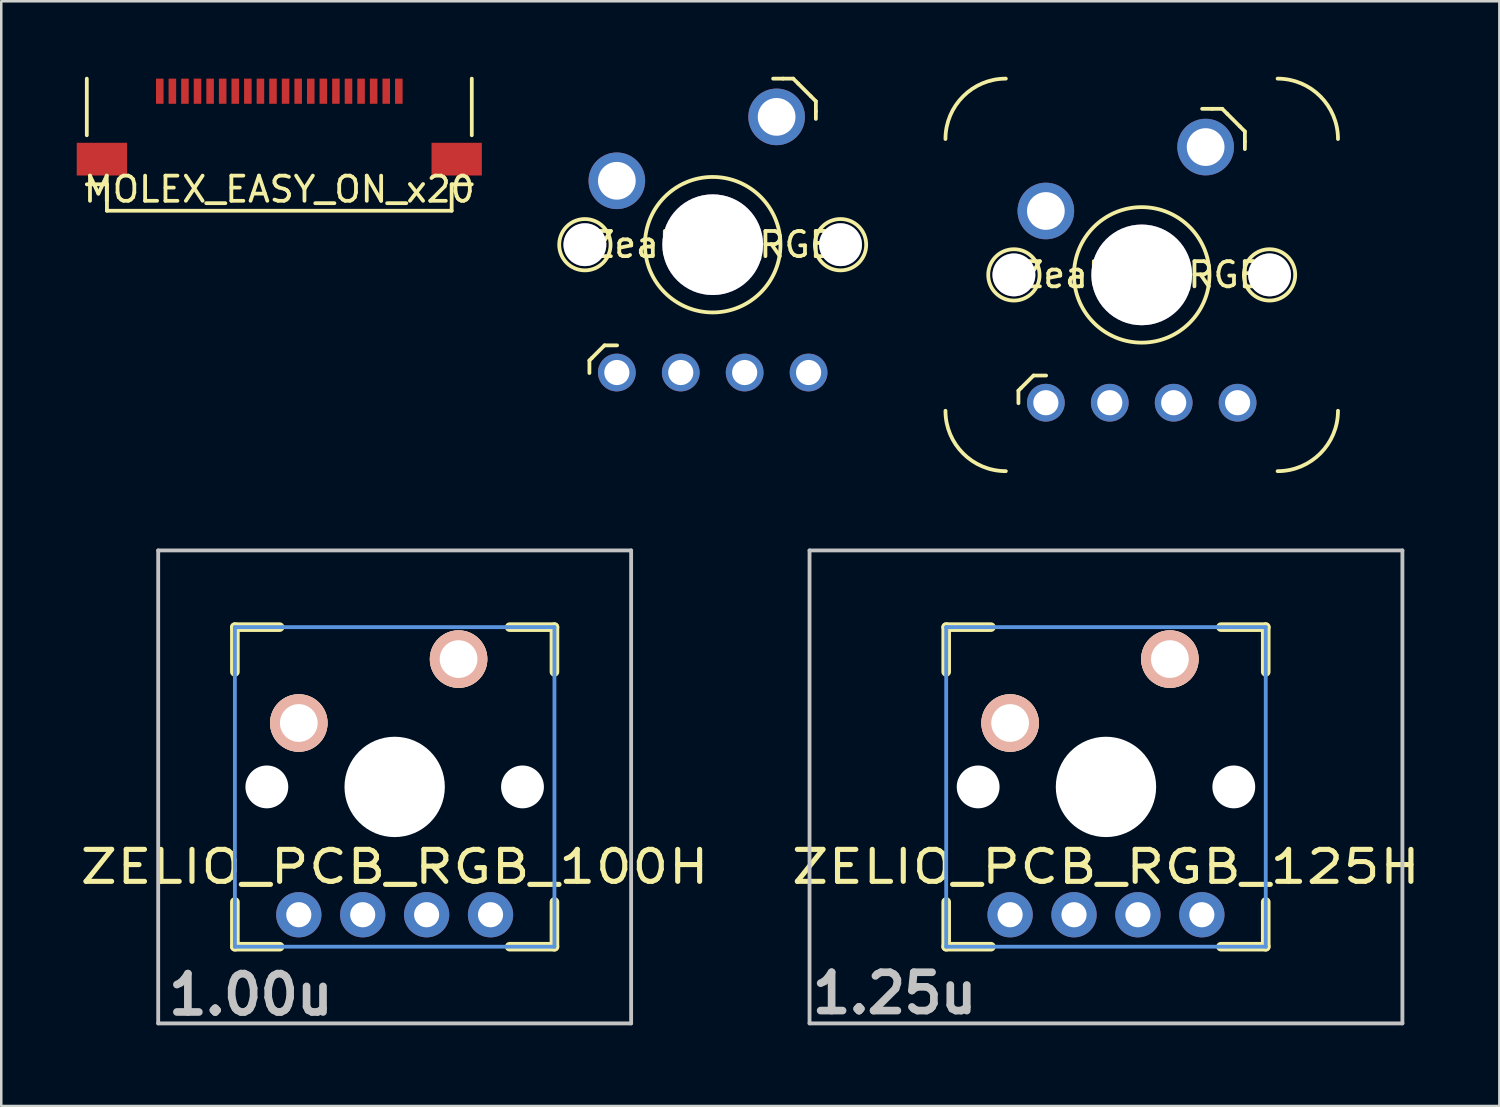
<source format=kicad_pcb>
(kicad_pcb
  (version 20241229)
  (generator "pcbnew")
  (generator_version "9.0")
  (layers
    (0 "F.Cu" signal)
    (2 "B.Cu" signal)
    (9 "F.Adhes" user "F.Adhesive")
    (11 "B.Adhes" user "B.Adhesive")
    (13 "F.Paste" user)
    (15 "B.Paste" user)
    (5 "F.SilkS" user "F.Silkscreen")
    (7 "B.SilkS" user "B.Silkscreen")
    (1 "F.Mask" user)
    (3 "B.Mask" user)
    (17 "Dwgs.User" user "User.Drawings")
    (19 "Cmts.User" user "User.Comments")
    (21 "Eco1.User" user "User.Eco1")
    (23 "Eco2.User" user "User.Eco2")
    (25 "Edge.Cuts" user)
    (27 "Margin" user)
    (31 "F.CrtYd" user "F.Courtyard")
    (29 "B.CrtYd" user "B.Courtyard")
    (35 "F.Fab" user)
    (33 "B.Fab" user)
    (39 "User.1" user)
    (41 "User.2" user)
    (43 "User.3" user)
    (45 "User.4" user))
  (footprint "MOLEX_EASY_ON_x20"
    (layer "F.Cu")
    (at 8.05 0.575)
    (property "Reference" "MOLEX_EASY_ON_x20" (at 0 3.9 0) (layer "F.SilkS") (effects (font (size 1 1) (thickness 0.15))))
    (attr through_hole)
    (fp_line (start -7.65 -0.5) (end -7.65 1.75) (stroke (width 0.15) (type solid)) (layer "F.SilkS"))
    (fp_line (start -7.65 3.7) (end -6.85 3.7) (stroke (width 0.15) (type solid)) (layer "F.SilkS"))
    (fp_line (start -6.85 3.7) (end -6.85 4.75) (stroke (width 0.15) (type solid)) (layer "F.SilkS"))
    (fp_line (start -6.85 4.75) (end 6.85 4.75) (stroke (width 0.15) (type solid)) (layer "F.SilkS"))
    (fp_line (start 6.85 3.7) (end 6.85 4.75) (stroke (width 0.15) (type solid)) (layer "F.SilkS"))
    (fp_line (start 6.85 3.7) (end 7.65 3.7) (stroke (width 0.15) (type solid)) (layer "F.SilkS"))
    (fp_line (start 7.65 -0.5) (end 7.65 1.75) (stroke (width 0.15) (type solid)) (layer "F.SilkS"))
    (pad "1" smd rect (at -4.75 0) (size 0.3 1) (layers "F.Cu" "F.Mask" "F.Paste"))
    (pad "2" smd rect (at -4.25 0) (size 0.3 1) (layers "F.Cu" "F.Mask" "F.Paste"))
    (pad "3" smd rect (at -3.75 0) (size 0.3 1) (layers "F.Cu" "F.Mask" "F.Paste"))
    (pad "4" smd rect (at -3.25 0) (size 0.3 1) (layers "F.Cu" "F.Mask" "F.Paste"))
    (pad "5" smd rect (at -2.75 0) (size 0.3 1) (layers "F.Cu" "F.Mask" "F.Paste"))
    (pad "6" smd rect (at -2.25 0) (size 0.3 1) (layers "F.Cu" "F.Mask" "F.Paste"))
    (pad "7" smd rect (at -1.75 0) (size 0.3 1) (layers "F.Cu" "F.Mask" "F.Paste"))
    (pad "8" smd rect (at -1.25 0) (size 0.3 1) (layers "F.Cu" "F.Mask" "F.Paste"))
    (pad "9" smd rect (at -0.75 0) (size 0.3 1) (layers "F.Cu" "F.Mask" "F.Paste"))
    (pad "10" smd rect (at -0.25 0) (size 0.3 1) (layers "F.Cu" "F.Mask" "F.Paste"))
    (pad "11" smd rect (at 0.25 0) (size 0.3 1) (layers "F.Cu" "F.Mask" "F.Paste"))
    (pad "12" smd rect (at 0.75 0) (size 0.3 1) (layers "F.Cu" "F.Mask" "F.Paste"))
    (pad "13" smd rect (at 1.25 0) (size 0.3 1) (layers "F.Cu" "F.Mask" "F.Paste"))
    (pad "14" smd rect (at 1.75 0) (size 0.3 1) (layers "F.Cu" "F.Mask" "F.Paste"))
    (pad "15" smd rect (at 2.25 0) (size 0.3 1) (layers "F.Cu" "F.Mask" "F.Paste"))
    (pad "16" smd rect (at 2.75 0) (size 0.3 1) (layers "F.Cu" "F.Mask" "F.Paste"))
    (pad "17" smd rect (at 3.25 0) (size 0.3 1) (layers "F.Cu" "F.Mask" "F.Paste"))
    (pad "18" smd rect (at 3.75 0) (size 0.3 1) (layers "F.Cu" "F.Mask" "F.Paste"))
    (pad "19" smd rect (at 4.25 0) (size 0.3 1) (layers "F.Cu" "F.Mask" "F.Paste"))
    (pad "20" smd rect (at 4.75 0) (size 0.3 1) (layers "F.Cu" "F.Mask" "F.Paste"))
    (pad "21" smd rect (at -7.05 2.7) (size 2 1.3) (layers "F.Cu" "F.Mask" "F.Paste"))
    (pad "21" smd rect (at 7.05 2.7) (size 2 1.3) (layers "F.Cu" "F.Mask" "F.Paste")))
  (footprint "Zeal_4P_RGB"
    (layer "F.Cu")
    (at 25.275 6.675)
    (property "Reference" "Zeal_4P_RGB" (at 0 0 0) (layer "F.SilkS") (effects (font (size 1 1) (thickness 0.15))))
    (attr through_hole)
    (fp_line (start -4.9 4.6) (end -4.9 5.1) (stroke (width 0.15) (type solid)) (layer "F.SilkS"))
    (fp_line (start -4.8 4.5) (end -4.9 4.6) (stroke (width 0.15) (type solid)) (layer "F.SilkS"))
    (fp_line (start -4.3 4) (end -4.8 4.5) (stroke (width 0.15) (type solid)) (layer "F.SilkS"))
    (fp_line (start -3.8 4) (end -4.3 4) (stroke (width 0.15) (type solid)) (layer "F.SilkS"))
    (fp_line (start 2.8 -6.6) (end 2.4 -6.6) (stroke (width 0.15) (type solid)) (layer "F.SilkS"))
    (fp_line (start 3.2 -6.6) (end 2.8 -6.6) (stroke (width 0.15) (type solid)) (layer "F.SilkS"))
    (fp_line (start 3.2 -6.6) (end 3.4 -6.4) (stroke (width 0.15) (type solid)) (layer "F.SilkS"))
    (fp_line (start 3.4 -6.4) (end 3.9 -5.9) (stroke (width 0.15) (type solid)) (layer "F.SilkS"))
    (fp_line (start 3.9 -5.9) (end 4.1 -5.7) (stroke (width 0.15) (type solid)) (layer "F.SilkS"))
    (fp_line (start 4.1 -5.7) (end 4.1 -5.3) (stroke (width 0.15) (type solid)) (layer "F.SilkS"))
    (fp_line (start 4.1 -5.3) (end 4.1 -5) (stroke (width 0.15) (type solid)) (layer "F.SilkS"))
    (fp_circle (center -5.08 0) (end -6.1 0) (stroke (width 0.15) (type solid)) (fill no) (layer "F.SilkS"))
    (fp_circle (center 0 0) (end 2.5 -1) (stroke (width 0.15) (type solid)) (fill no) (layer "F.SilkS"))
    (fp_circle (center 5.08 0) (end 6.1 0) (stroke (width 0.15) (type solid)) (fill no) (layer "F.SilkS"))
    (pad "0" thru_hole circle (at -5.08 0) (size 1.702 1.702) (drill 1.702) (layers "*.Cu" "*.Mask"))
    (pad "0" thru_hole circle (at 0 0) (size 4 4) (drill 4) (layers "*.Cu" "*.Mask"))
    (pad "0" thru_hole circle (at 5.08 0) (size 1.702 1.702) (drill 1.702) (layers "*.Cu" "*.Mask"))
    (pad "1" thru_hole circle (at 2.54 -5.08) (size 2.25 2.25) (drill 1.499) (layers "*.Cu" "*.Mask"))
    (pad "2" thru_hole circle (at -3.81 -2.54) (size 2.25 2.25) (drill 1.499) (layers "*.Cu" "*.Mask"))
    (pad "3" thru_hole circle (at -3.81 5.08) (size 1.5 1.5) (drill 1) (layers "*.Cu" "*.Mask"))
    (pad "4" thru_hole circle (at -1.27 5.08) (size 1.5 1.5) (drill 1) (layers "*.Cu" "*.Mask"))
    (pad "5" thru_hole circle (at 1.27 5.08) (size 1.5 1.5) (drill 1) (layers "*.Cu" "*.Mask"))
    (pad "6" thru_hole circle (at 3.81 5.08) (size 1.5 1.5) (drill 1) (layers "*.Cu" "*.Mask")))
  (footprint "ZELIO_PCB_RGB_100H"
    (layer "F.Cu")
    (at 12.635 28.224)
    (property "Reference" "ZELIO_PCB_RGB_100H" (at 0 3.175 0) (layer "F.SilkS") (effects (font (size 1.27 1.524) (thickness 0.203))))
    (attr through_hole)
    (fp_line (start -6.35 -6.35) (end -4.572 -6.35) (stroke (width 0.381) (type solid)) (layer "F.SilkS"))
    (fp_line (start -6.35 -4.572) (end -6.35 -6.35) (stroke (width 0.381) (type solid)) (layer "F.SilkS"))
    (fp_line (start -6.35 6.35) (end -6.35 4.572) (stroke (width 0.381) (type solid)) (layer "F.SilkS"))
    (fp_line (start -4.572 6.35) (end -6.35 6.35) (stroke (width 0.381) (type solid)) (layer "F.SilkS"))
    (fp_line (start 4.572 -6.35) (end 6.35 -6.35) (stroke (width 0.381) (type solid)) (layer "F.SilkS"))
    (fp_line (start 6.35 -6.35) (end 6.35 -4.572) (stroke (width 0.381) (type solid)) (layer "F.SilkS"))
    (fp_line (start 6.35 4.572) (end 6.35 6.35) (stroke (width 0.381) (type solid)) (layer "F.SilkS"))
    (fp_line (start 6.35 6.35) (end 4.572 6.35) (stroke (width 0.381) (type solid)) (layer "F.SilkS"))
    (fp_line (start -9.398 -9.398) (end 9.398 -9.398) (stroke (width 0.152) (type solid)) (layer "Dwgs.User"))
    (fp_line (start -9.398 9.398) (end -9.398 -9.398) (stroke (width 0.152) (type solid)) (layer "Dwgs.User"))
    (fp_line (start 9.398 -9.398) (end 9.398 9.398) (stroke (width 0.152) (type solid)) (layer "Dwgs.User"))
    (fp_line (start 9.398 9.398) (end -9.398 9.398) (stroke (width 0.152) (type solid)) (layer "Dwgs.User"))
    (fp_line (start -6.35 -6.35) (end 6.35 -6.35) (stroke (width 0.152) (type solid)) (layer "Cmts.User"))
    (fp_line (start -6.35 6.35) (end -6.35 -6.35) (stroke (width 0.152) (type solid)) (layer "Cmts.User"))
    (fp_line (start 6.35 -6.35) (end 6.35 6.35) (stroke (width 0.152) (type solid)) (layer "Cmts.User"))
    (fp_line (start 6.35 6.35) (end -6.35 6.35) (stroke (width 0.152) (type solid)) (layer "Cmts.User"))
    (fp_line (start -6.985 -6.985) (end 6.985 -6.985) (stroke (width 0.152) (type solid)) (layer "Eco2.User"))
    (fp_line (start -6.985 6.985) (end -6.985 -6.985) (stroke (width 0.152) (type solid)) (layer "Eco2.User"))
    (fp_line (start 6.985 -6.985) (end 6.985 6.985) (stroke (width 0.152) (type solid)) (layer "Eco2.User"))
    (fp_line (start 6.985 6.985) (end -6.985 6.985) (stroke (width 0.152) (type solid)) (layer "Eco2.User"))
    (fp_text user "1.00u" (at -5.715 8.255 0) (layer "Dwgs.User") (effects (font (size 1.524 1.524) (thickness 0.305))))
    (pad "" np_thru_hole circle (at -5.08 0) (size 1.702 1.702) (drill 1.702) (layers "*.Cu"))
    (pad "" np_thru_hole circle (at 0 0) (size 3.988 3.988) (drill 3.988) (layers "*.Cu"))
    (pad "" np_thru_hole circle (at 5.08 0) (size 1.702 1.702) (drill 1.702) (layers "*.Cu"))
    (pad "1" thru_hole circle (at 2.54 -5.08) (size 2.286 2.286) (drill 1.499) (layers "*.Cu" "*.SilkS" "*.Mask"))
    (pad "2" thru_hole circle (at -3.81 -2.54) (size 2.286 2.286) (drill 1.499) (layers "*.Cu" "*.SilkS" "*.Mask"))
    (pad "3" thru_hole circle (at -3.81 5.08) (size 1.8 1.8) (drill 1) (layers "*.Cu" "*.Mask"))
    (pad "4" thru_hole circle (at -1.27 5.08) (size 1.8 1.8) (drill 1) (layers "*.Cu" "*.Mask"))
    (pad "5" thru_hole circle (at 1.27 5.08) (size 1.8 1.8) (drill 1) (layers "*.Cu" "*.Mask"))
    (pad "6" thru_hole circle (at 3.81 5.08) (size 1.8 1.8) (drill 1) (layers "*.Cu" "*.Mask")))
  (footprint "ZELIO_PCB_RGB_125H"
    (layer "F.Cu")
    (at 40.904 28.224)
    (property "Reference" "ZELIO_PCB_RGB_125H" (at 0 3.175 0) (layer "F.SilkS") (effects (font (size 1.27 1.524) (thickness 0.203))))
    (attr through_hole)
    (fp_line (start -6.35 -6.35) (end -4.572 -6.35) (stroke (width 0.381) (type solid)) (layer "F.SilkS"))
    (fp_line (start -6.35 -4.572) (end -6.35 -6.35) (stroke (width 0.381) (type solid)) (layer "F.SilkS"))
    (fp_line (start -6.35 6.35) (end -6.35 4.572) (stroke (width 0.381) (type solid)) (layer "F.SilkS"))
    (fp_line (start -4.572 6.35) (end -6.35 6.35) (stroke (width 0.381) (type solid)) (layer "F.SilkS"))
    (fp_line (start 4.572 -6.35) (end 6.35 -6.35) (stroke (width 0.381) (type solid)) (layer "F.SilkS"))
    (fp_line (start 6.35 -6.35) (end 6.35 -4.572) (stroke (width 0.381) (type solid)) (layer "F.SilkS"))
    (fp_line (start 6.35 4.572) (end 6.35 6.35) (stroke (width 0.381) (type solid)) (layer "F.SilkS"))
    (fp_line (start 6.35 6.35) (end 4.572 6.35) (stroke (width 0.381) (type solid)) (layer "F.SilkS"))
    (fp_line (start -11.781 -9.398) (end 11.781 -9.398) (stroke (width 0.152) (type solid)) (layer "Dwgs.User"))
    (fp_line (start -11.781 9.398) (end -11.781 -9.398) (stroke (width 0.152) (type solid)) (layer "Dwgs.User"))
    (fp_line (start 11.781 -9.398) (end 11.781 9.398) (stroke (width 0.152) (type solid)) (layer "Dwgs.User"))
    (fp_line (start 11.781 9.398) (end -11.781 9.398) (stroke (width 0.152) (type solid)) (layer "Dwgs.User"))
    (fp_line (start -6.35 -6.35) (end 6.35 -6.35) (stroke (width 0.152) (type solid)) (layer "Cmts.User"))
    (fp_line (start -6.35 6.35) (end -6.35 -6.35) (stroke (width 0.152) (type solid)) (layer "Cmts.User"))
    (fp_line (start 6.35 -6.35) (end 6.35 6.35) (stroke (width 0.152) (type solid)) (layer "Cmts.User"))
    (fp_line (start 6.35 6.35) (end -6.35 6.35) (stroke (width 0.152) (type solid)) (layer "Cmts.User"))
    (fp_line (start -6.985 -6.985) (end 6.985 -6.985) (stroke (width 0.152) (type solid)) (layer "Eco2.User"))
    (fp_line (start -6.985 6.985) (end -6.985 -6.985) (stroke (width 0.152) (type solid)) (layer "Eco2.User"))
    (fp_line (start 6.985 -6.985) (end 6.985 6.985) (stroke (width 0.152) (type solid)) (layer "Eco2.User"))
    (fp_line (start 6.985 6.985) (end -6.985 6.985) (stroke (width 0.152) (type solid)) (layer "Eco2.User"))
    (fp_text user "1.25u" (at -8.4 8.2 0) (layer "Dwgs.User") (effects (font (size 1.524 1.524) (thickness 0.305))))
    (pad "" np_thru_hole circle (at -5.08 0) (size 1.702 1.702) (drill 1.702) (layers "*.Cu"))
    (pad "" np_thru_hole circle (at 0 0) (size 3.988 3.988) (drill 3.988) (layers "*.Cu"))
    (pad "" np_thru_hole circle (at 5.08 0) (size 1.702 1.702) (drill 1.702) (layers "*.Cu"))
    (pad "1" thru_hole circle (at 2.54 -5.08) (size 2.286 2.286) (drill 1.499) (layers "*.Cu" "*.SilkS" "*.Mask"))
    (pad "2" thru_hole circle (at -3.81 -2.54) (size 2.286 2.286) (drill 1.499) (layers "*.Cu" "*.SilkS" "*.Mask"))
    (pad "3" thru_hole circle (at -3.81 5.08) (size 1.8 1.8) (drill 1) (layers "*.Cu" "*.Mask"))
    (pad "4" thru_hole circle (at -1.27 5.08) (size 1.8 1.8) (drill 1) (layers "*.Cu" "*.Mask"))
    (pad "5" thru_hole circle (at 1.27 5.08) (size 1.8 1.8) (drill 1) (layers "*.Cu" "*.Mask"))
    (pad "6" thru_hole circle (at 3.81 5.08) (size 1.8 1.8) (drill 1) (layers "*.Cu" "*.Mask")))
  (footprint "Zeal_6P_RGB"
    (layer "F.Cu")
    (at 42.325 7.875)
    (property "Reference" "Zeal_6P_RGB" (at 0 0 0) (layer "F.SilkS") (effects (font (size 1 1) (thickness 0.15))))
    (attr through_hole)
    (fp_line (start -4.9 4.6) (end -4.9 5.1) (stroke (width 0.15) (type solid)) (layer "F.SilkS"))
    (fp_line (start -4.8 4.5) (end -4.9 4.6) (stroke (width 0.15) (type solid)) (layer "F.SilkS"))
    (fp_line (start -4.3 4) (end -4.8 4.5) (stroke (width 0.15) (type solid)) (layer "F.SilkS"))
    (fp_line (start -3.8 4) (end -4.3 4) (stroke (width 0.15) (type solid)) (layer "F.SilkS"))
    (fp_line (start 2.8 -6.6) (end 2.4 -6.6) (stroke (width 0.15) (type solid)) (layer "F.SilkS"))
    (fp_line (start 3.2 -6.6) (end 2.8 -6.6) (stroke (width 0.15) (type solid)) (layer "F.SilkS"))
    (fp_line (start 3.2 -6.6) (end 3.4 -6.4) (stroke (width 0.15) (type solid)) (layer "F.SilkS"))
    (fp_line (start 3.4 -6.4) (end 3.9 -5.9) (stroke (width 0.15) (type solid)) (layer "F.SilkS"))
    (fp_line (start 3.9 -5.9) (end 4.1 -5.7) (stroke (width 0.15) (type solid)) (layer "F.SilkS"))
    (fp_line (start 4.1 -5.7) (end 4.1 -5.3) (stroke (width 0.15) (type solid)) (layer "F.SilkS"))
    (fp_line (start 4.1 -5.3) (end 4.1 -5) (stroke (width 0.15) (type solid)) (layer "F.SilkS"))
    (fp_arc (start -7.8 -5.4) (mid -7.097056 -7.097056) (end -5.4 -7.8) (stroke (width 0.15) (type solid)) (layer "F.SilkS"))
    (fp_arc (start -5.4 7.8) (mid -7.097056 7.097056) (end -7.8 5.4) (stroke (width 0.15) (type solid)) (layer "F.SilkS"))
    (fp_arc (start 5.4 -7.8) (mid 7.097056 -7.097056) (end 7.8 -5.4) (stroke (width 0.15) (type solid)) (layer "F.SilkS"))
    (fp_arc (start 7.8 5.4) (mid 7.097056 7.097056) (end 5.4 7.8) (stroke (width 0.15) (type solid)) (layer "F.SilkS"))
    (fp_circle (center -5.08 0) (end -6.1 0) (stroke (width 0.15) (type solid)) (fill no) (layer "F.SilkS"))
    (fp_circle (center 0 0) (end 2.5 -1) (stroke (width 0.15) (type solid)) (fill no) (layer "F.SilkS"))
    (fp_circle (center 5.08 0) (end 6.1 0) (stroke (width 0.15) (type solid)) (fill no) (layer "F.SilkS"))
    (pad "0" thru_hole circle (at -5.08 0) (size 1.702 1.702) (drill 1.702) (layers "*.Cu" "*.Mask"))
    (pad "0" thru_hole circle (at 0 0) (size 4 4) (drill 4) (layers "*.Cu" "*.Mask"))
    (pad "0" thru_hole circle (at 5.08 0) (size 1.702 1.702) (drill 1.702) (layers "*.Cu" "*.Mask"))
    (pad "1" thru_hole circle (at 2.54 -5.08) (size 2.25 2.25) (drill 1.499) (layers "*.Cu" "*.Mask"))
    (pad "2" thru_hole circle (at -3.81 -2.54) (size 2.25 2.25) (drill 1.499) (layers "*.Cu" "*.Mask"))
    (pad "3" thru_hole circle (at -3.81 5.08) (size 1.5 1.5) (drill 1) (layers "*.Cu" "*.Mask"))
    (pad "4" thru_hole circle (at -1.27 5.08) (size 1.5 1.5) (drill 1) (layers "*.Cu" "*.Mask"))
    (pad "5" thru_hole circle (at 1.27 5.08) (size 1.5 1.5) (drill 1) (layers "*.Cu" "*.Mask"))
    (pad "6" thru_hole circle (at 3.81 5.08) (size 1.5 1.5) (drill 1) (layers "*.Cu" "*.Mask")))
  (gr_rect
    (start -3 -3)
    (end 56.539 40.906)
    (stroke (width 0.1) (type default))
    (fill no)
    (layer "Edge.Cuts")))
</source>
